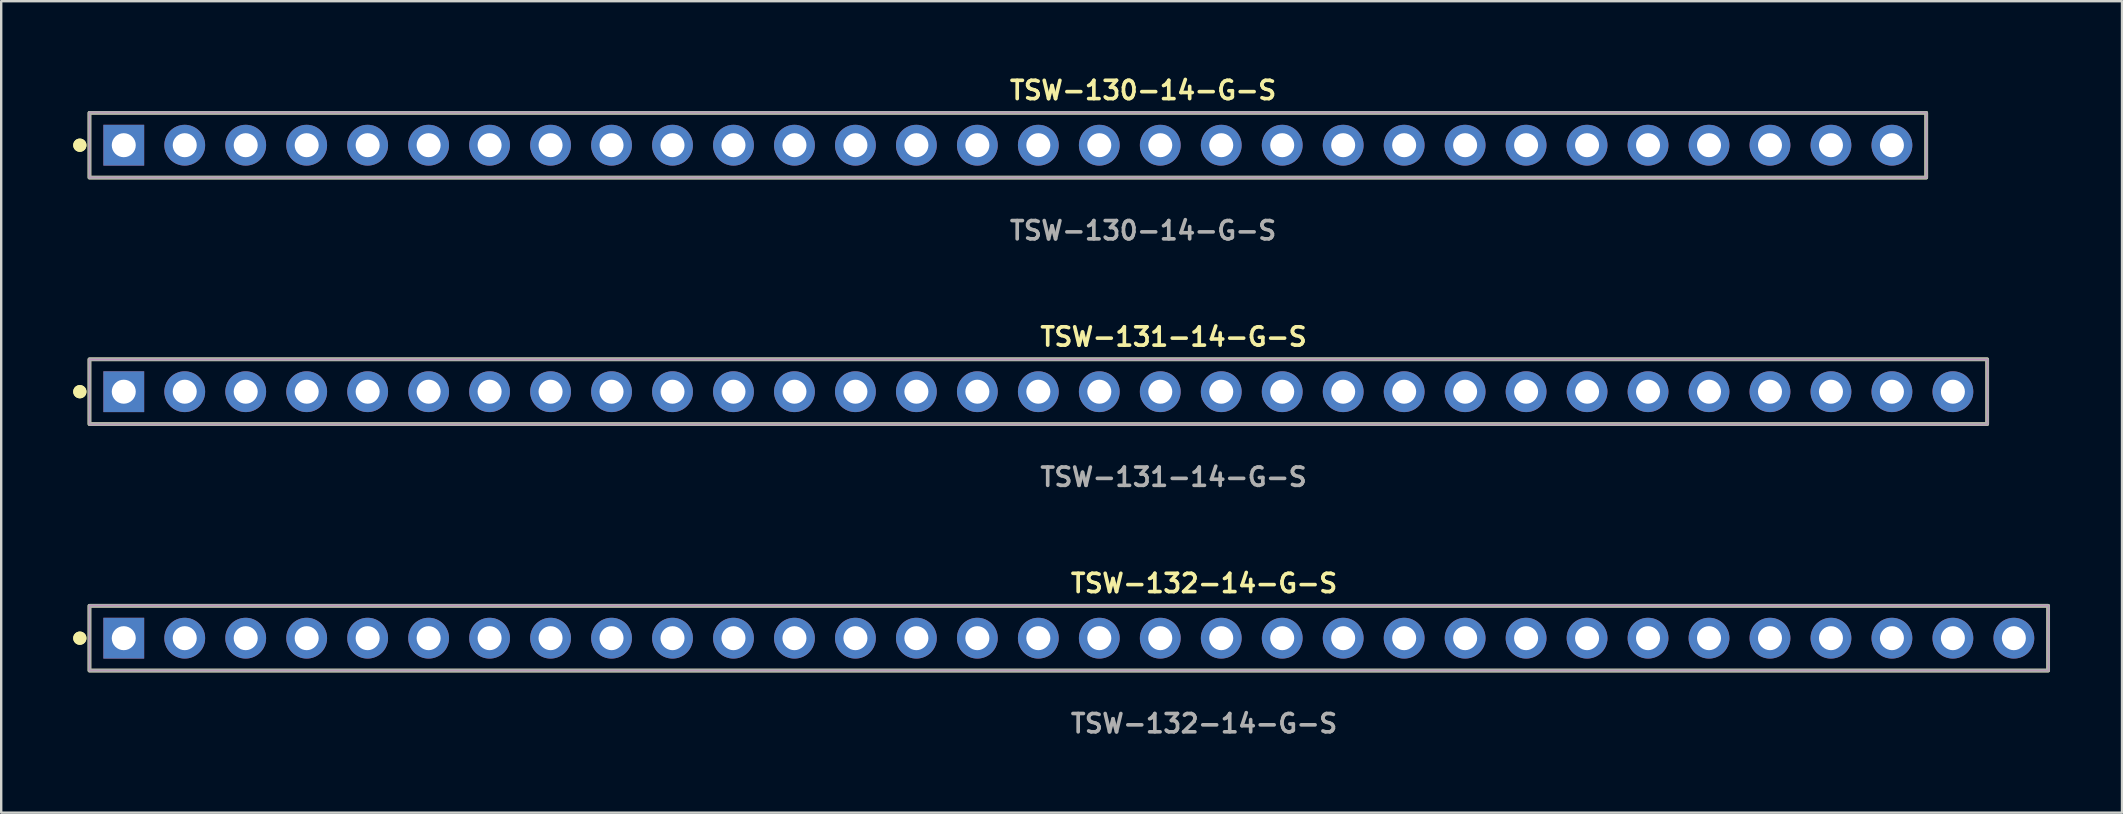
<source format=kicad_pcb>
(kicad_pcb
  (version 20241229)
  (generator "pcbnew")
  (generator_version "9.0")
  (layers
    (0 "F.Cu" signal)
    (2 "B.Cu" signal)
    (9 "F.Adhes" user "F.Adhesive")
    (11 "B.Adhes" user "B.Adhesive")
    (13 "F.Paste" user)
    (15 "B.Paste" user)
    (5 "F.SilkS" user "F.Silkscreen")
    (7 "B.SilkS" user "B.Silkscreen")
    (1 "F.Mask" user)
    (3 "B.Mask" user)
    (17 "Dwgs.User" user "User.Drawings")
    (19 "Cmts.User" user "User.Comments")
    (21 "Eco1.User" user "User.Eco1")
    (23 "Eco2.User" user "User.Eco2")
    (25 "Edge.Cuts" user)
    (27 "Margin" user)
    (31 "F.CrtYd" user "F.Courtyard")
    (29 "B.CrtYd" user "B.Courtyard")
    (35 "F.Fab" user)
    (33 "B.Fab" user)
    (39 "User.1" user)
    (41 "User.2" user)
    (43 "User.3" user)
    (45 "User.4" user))
  (footprint "TSW-131-14-G-S"
    (layer "F.Cu")
    (at 40.206 13.268)
    (property "Reference" "TSW-131-14-G-S" (at 0 -2.286 0) (unlocked yes) (layer "F.SilkS") (effects (font (size 0.762 0.762) (thickness 0.152)) (justify left)))
    (fp_rect (start -39.53 1.35) (end 39.53 -1.35) (stroke (width 0.152) (type solid)) (fill no) (layer "F.SilkS"))
    (fp_circle (center -39.93 0) (end -40.13 0) (stroke (width 0.152) (type solid)) (fill yes) (layer "F.SilkS"))
    (fp_circle (center -39.93 0) (end -40.13 0) (stroke (width 0.152) (type solid)) (fill yes) (layer "F.SilkS"))
    (fp_rect (start -39.53 1.35) (end 39.53 -1.35) (stroke (width 0.006) (type solid)) (fill no) (layer "F.CrtYd"))
    (fp_rect (start -39.53 1.35) (end 39.53 -1.35) (stroke (width 0.152) (type solid)) (fill no) (layer "F.Fab"))
    (fp_text user "${REFERENCE}" (at 0 3.556 0) (unlocked yes) (layer "F.Fab") (effects (font (size 0.762 0.762) (thickness 0.152)) (justify left)))
    (pad "1" thru_hole rect (at -38.1 0) (size 1.7 1.7) (drill 1) (layers "*.Cu" "*.Mask"))
    (pad "2" thru_hole circle (at -35.56 0) (size 1.7 1.7) (drill 1) (layers "*.Cu" "*.Mask"))
    (pad "3" thru_hole circle (at -33.02 0) (size 1.7 1.7) (drill 1) (layers "*.Cu" "*.Mask"))
    (pad "4" thru_hole circle (at -30.48 0) (size 1.7 1.7) (drill 1) (layers "*.Cu" "*.Mask"))
    (pad "5" thru_hole circle (at -27.94 0) (size 1.7 1.7) (drill 1) (layers "*.Cu" "*.Mask"))
    (pad "6" thru_hole circle (at -25.4 0) (size 1.7 1.7) (drill 1) (layers "*.Cu" "*.Mask"))
    (pad "7" thru_hole circle (at -22.86 0) (size 1.7 1.7) (drill 1) (layers "*.Cu" "*.Mask"))
    (pad "8" thru_hole circle (at -20.32 0) (size 1.7 1.7) (drill 1) (layers "*.Cu" "*.Mask"))
    (pad "9" thru_hole circle (at -17.78 0) (size 1.7 1.7) (drill 1) (layers "*.Cu" "*.Mask"))
    (pad "10" thru_hole circle (at -15.24 0) (size 1.7 1.7) (drill 1) (layers "*.Cu" "*.Mask"))
    (pad "11" thru_hole circle (at -12.7 0) (size 1.7 1.7) (drill 1) (layers "*.Cu" "*.Mask"))
    (pad "12" thru_hole circle (at -10.16 0) (size 1.7 1.7) (drill 1) (layers "*.Cu" "*.Mask"))
    (pad "13" thru_hole circle (at -7.62 0) (size 1.7 1.7) (drill 1) (layers "*.Cu" "*.Mask"))
    (pad "14" thru_hole circle (at -5.08 0) (size 1.7 1.7) (drill 1) (layers "*.Cu" "*.Mask"))
    (pad "15" thru_hole circle (at -2.54 0) (size 1.7 1.7) (drill 1) (layers "*.Cu" "*.Mask"))
    (pad "16" thru_hole circle (at 0 0) (size 1.7 1.7) (drill 1) (layers "*.Cu" "*.Mask"))
    (pad "17" thru_hole circle (at 2.54 0) (size 1.7 1.7) (drill 1) (layers "*.Cu" "*.Mask"))
    (pad "18" thru_hole circle (at 5.08 0) (size 1.7 1.7) (drill 1) (layers "*.Cu" "*.Mask"))
    (pad "19" thru_hole circle (at 7.62 0) (size 1.7 1.7) (drill 1) (layers "*.Cu" "*.Mask"))
    (pad "20" thru_hole circle (at 10.16 0) (size 1.7 1.7) (drill 1) (layers "*.Cu" "*.Mask"))
    (pad "21" thru_hole circle (at 12.7 0) (size 1.7 1.7) (drill 1) (layers "*.Cu" "*.Mask"))
    (pad "22" thru_hole circle (at 15.24 0) (size 1.7 1.7) (drill 1) (layers "*.Cu" "*.Mask"))
    (pad "23" thru_hole circle (at 17.78 0) (size 1.7 1.7) (drill 1) (layers "*.Cu" "*.Mask"))
    (pad "24" thru_hole circle (at 20.32 0) (size 1.7 1.7) (drill 1) (layers "*.Cu" "*.Mask"))
    (pad "25" thru_hole circle (at 22.86 0) (size 1.7 1.7) (drill 1) (layers "*.Cu" "*.Mask"))
    (pad "26" thru_hole circle (at 25.4 0) (size 1.7 1.7) (drill 1) (layers "*.Cu" "*.Mask"))
    (pad "27" thru_hole circle (at 27.94 0) (size 1.7 1.7) (drill 1) (layers "*.Cu" "*.Mask"))
    (pad "28" thru_hole circle (at 30.48 0) (size 1.7 1.7) (drill 1) (layers "*.Cu" "*.Mask"))
    (pad "29" thru_hole circle (at 33.02 0) (size 1.7 1.7) (drill 1) (layers "*.Cu" "*.Mask"))
    (pad "30" thru_hole circle (at 35.56 0) (size 1.7 1.7) (drill 1) (layers "*.Cu" "*.Mask"))
    (pad "31" thru_hole circle (at 38.1 0) (size 1.7 1.7) (drill 1) (layers "*.Cu" "*.Mask")))
  (footprint "TSW-132-14-G-S"
    (layer "F.Cu")
    (at 41.476 23.536)
    (property "Reference" "TSW-132-14-G-S" (at 0 -2.286 0) (unlocked yes) (layer "F.SilkS") (effects (font (size 0.762 0.762) (thickness 0.152)) (justify left)))
    (fp_rect (start -40.8 1.35) (end 40.8 -1.35) (stroke (width 0.152) (type solid)) (fill no) (layer "F.SilkS"))
    (fp_circle (center -41.2 0) (end -41.4 0) (stroke (width 0.152) (type solid)) (fill yes) (layer "F.SilkS"))
    (fp_circle (center -41.2 0) (end -41.4 0) (stroke (width 0.152) (type solid)) (fill yes) (layer "F.SilkS"))
    (fp_rect (start -40.8 1.35) (end 40.8 -1.35) (stroke (width 0.006) (type solid)) (fill no) (layer "F.CrtYd"))
    (fp_rect (start -40.8 1.35) (end 40.8 -1.35) (stroke (width 0.152) (type solid)) (fill no) (layer "F.Fab"))
    (fp_text user "${REFERENCE}" (at 0 3.556 0) (unlocked yes) (layer "F.Fab") (effects (font (size 0.762 0.762) (thickness 0.152)) (justify left)))
    (pad "1" thru_hole rect (at -39.37 0) (size 1.7 1.7) (drill 1) (layers "*.Cu" "*.Mask"))
    (pad "2" thru_hole circle (at -36.83 0) (size 1.7 1.7) (drill 1) (layers "*.Cu" "*.Mask"))
    (pad "3" thru_hole circle (at -34.29 0) (size 1.7 1.7) (drill 1) (layers "*.Cu" "*.Mask"))
    (pad "4" thru_hole circle (at -31.75 0) (size 1.7 1.7) (drill 1) (layers "*.Cu" "*.Mask"))
    (pad "5" thru_hole circle (at -29.21 0) (size 1.7 1.7) (drill 1) (layers "*.Cu" "*.Mask"))
    (pad "6" thru_hole circle (at -26.67 0) (size 1.7 1.7) (drill 1) (layers "*.Cu" "*.Mask"))
    (pad "7" thru_hole circle (at -24.13 0) (size 1.7 1.7) (drill 1) (layers "*.Cu" "*.Mask"))
    (pad "8" thru_hole circle (at -21.59 0) (size 1.7 1.7) (drill 1) (layers "*.Cu" "*.Mask"))
    (pad "9" thru_hole circle (at -19.05 0) (size 1.7 1.7) (drill 1) (layers "*.Cu" "*.Mask"))
    (pad "10" thru_hole circle (at -16.51 0) (size 1.7 1.7) (drill 1) (layers "*.Cu" "*.Mask"))
    (pad "11" thru_hole circle (at -13.97 0) (size 1.7 1.7) (drill 1) (layers "*.Cu" "*.Mask"))
    (pad "12" thru_hole circle (at -11.43 0) (size 1.7 1.7) (drill 1) (layers "*.Cu" "*.Mask"))
    (pad "13" thru_hole circle (at -8.89 0) (size 1.7 1.7) (drill 1) (layers "*.Cu" "*.Mask"))
    (pad "14" thru_hole circle (at -6.35 0) (size 1.7 1.7) (drill 1) (layers "*.Cu" "*.Mask"))
    (pad "15" thru_hole circle (at -3.81 0) (size 1.7 1.7) (drill 1) (layers "*.Cu" "*.Mask"))
    (pad "16" thru_hole circle (at -1.27 0) (size 1.7 1.7) (drill 1) (layers "*.Cu" "*.Mask"))
    (pad "17" thru_hole circle (at 1.27 0) (size 1.7 1.7) (drill 1) (layers "*.Cu" "*.Mask"))
    (pad "18" thru_hole circle (at 3.81 0) (size 1.7 1.7) (drill 1) (layers "*.Cu" "*.Mask"))
    (pad "19" thru_hole circle (at 6.35 0) (size 1.7 1.7) (drill 1) (layers "*.Cu" "*.Mask"))
    (pad "20" thru_hole circle (at 8.89 0) (size 1.7 1.7) (drill 1) (layers "*.Cu" "*.Mask"))
    (pad "21" thru_hole circle (at 11.43 0) (size 1.7 1.7) (drill 1) (layers "*.Cu" "*.Mask"))
    (pad "22" thru_hole circle (at 13.97 0) (size 1.7 1.7) (drill 1) (layers "*.Cu" "*.Mask"))
    (pad "23" thru_hole circle (at 16.51 0) (size 1.7 1.7) (drill 1) (layers "*.Cu" "*.Mask"))
    (pad "24" thru_hole circle (at 19.05 0) (size 1.7 1.7) (drill 1) (layers "*.Cu" "*.Mask"))
    (pad "25" thru_hole circle (at 21.59 0) (size 1.7 1.7) (drill 1) (layers "*.Cu" "*.Mask"))
    (pad "26" thru_hole circle (at 24.13 0) (size 1.7 1.7) (drill 1) (layers "*.Cu" "*.Mask"))
    (pad "27" thru_hole circle (at 26.67 0) (size 1.7 1.7) (drill 1) (layers "*.Cu" "*.Mask"))
    (pad "28" thru_hole circle (at 29.21 0) (size 1.7 1.7) (drill 1) (layers "*.Cu" "*.Mask"))
    (pad "29" thru_hole circle (at 31.75 0) (size 1.7 1.7) (drill 1) (layers "*.Cu" "*.Mask"))
    (pad "30" thru_hole circle (at 34.29 0) (size 1.7 1.7) (drill 1) (layers "*.Cu" "*.Mask"))
    (pad "31" thru_hole circle (at 36.83 0) (size 1.7 1.7) (drill 1) (layers "*.Cu" "*.Mask"))
    (pad "32" thru_hole circle (at 39.37 0) (size 1.7 1.7) (drill 1) (layers "*.Cu" "*.Mask")))
  (footprint "TSW-130-14-G-S"
    (layer "F.Cu")
    (at 38.936 2.999)
    (property "Reference" "TSW-130-14-G-S" (at 0 -2.286 0) (unlocked yes) (layer "F.SilkS") (effects (font (size 0.762 0.762) (thickness 0.152)) (justify left)))
    (fp_rect (start -38.26 1.35) (end 38.26 -1.35) (stroke (width 0.152) (type solid)) (fill no) (layer "F.SilkS"))
    (fp_circle (center -38.66 0) (end -38.86 0) (stroke (width 0.152) (type solid)) (fill yes) (layer "F.SilkS"))
    (fp_circle (center -38.66 0) (end -38.86 0) (stroke (width 0.152) (type solid)) (fill yes) (layer "F.SilkS"))
    (fp_rect (start -38.26 1.35) (end 38.26 -1.35) (stroke (width 0.006) (type solid)) (fill no) (layer "F.CrtYd"))
    (fp_rect (start -38.26 1.35) (end 38.26 -1.35) (stroke (width 0.152) (type solid)) (fill no) (layer "F.Fab"))
    (fp_text user "${REFERENCE}" (at 0 3.556 0) (unlocked yes) (layer "F.Fab") (effects (font (size 0.762 0.762) (thickness 0.152)) (justify left)))
    (pad "1" thru_hole rect (at -36.83 0) (size 1.7 1.7) (drill 1) (layers "*.Cu" "*.Mask"))
    (pad "2" thru_hole circle (at -34.29 0) (size 1.7 1.7) (drill 1) (layers "*.Cu" "*.Mask"))
    (pad "3" thru_hole circle (at -31.75 0) (size 1.7 1.7) (drill 1) (layers "*.Cu" "*.Mask"))
    (pad "4" thru_hole circle (at -29.21 0) (size 1.7 1.7) (drill 1) (layers "*.Cu" "*.Mask"))
    (pad "5" thru_hole circle (at -26.67 0) (size 1.7 1.7) (drill 1) (layers "*.Cu" "*.Mask"))
    (pad "6" thru_hole circle (at -24.13 0) (size 1.7 1.7) (drill 1) (layers "*.Cu" "*.Mask"))
    (pad "7" thru_hole circle (at -21.59 0) (size 1.7 1.7) (drill 1) (layers "*.Cu" "*.Mask"))
    (pad "8" thru_hole circle (at -19.05 0) (size 1.7 1.7) (drill 1) (layers "*.Cu" "*.Mask"))
    (pad "9" thru_hole circle (at -16.51 0) (size 1.7 1.7) (drill 1) (layers "*.Cu" "*.Mask"))
    (pad "10" thru_hole circle (at -13.97 0) (size 1.7 1.7) (drill 1) (layers "*.Cu" "*.Mask"))
    (pad "11" thru_hole circle (at -11.43 0) (size 1.7 1.7) (drill 1) (layers "*.Cu" "*.Mask"))
    (pad "12" thru_hole circle (at -8.89 0) (size 1.7 1.7) (drill 1) (layers "*.Cu" "*.Mask"))
    (pad "13" thru_hole circle (at -6.35 0) (size 1.7 1.7) (drill 1) (layers "*.Cu" "*.Mask"))
    (pad "14" thru_hole circle (at -3.81 0) (size 1.7 1.7) (drill 1) (layers "*.Cu" "*.Mask"))
    (pad "15" thru_hole circle (at -1.27 0) (size 1.7 1.7) (drill 1) (layers "*.Cu" "*.Mask"))
    (pad "16" thru_hole circle (at 1.27 0) (size 1.7 1.7) (drill 1) (layers "*.Cu" "*.Mask"))
    (pad "17" thru_hole circle (at 3.81 0) (size 1.7 1.7) (drill 1) (layers "*.Cu" "*.Mask"))
    (pad "18" thru_hole circle (at 6.35 0) (size 1.7 1.7) (drill 1) (layers "*.Cu" "*.Mask"))
    (pad "19" thru_hole circle (at 8.89 0) (size 1.7 1.7) (drill 1) (layers "*.Cu" "*.Mask"))
    (pad "20" thru_hole circle (at 11.43 0) (size 1.7 1.7) (drill 1) (layers "*.Cu" "*.Mask"))
    (pad "21" thru_hole circle (at 13.97 0) (size 1.7 1.7) (drill 1) (layers "*.Cu" "*.Mask"))
    (pad "22" thru_hole circle (at 16.51 0) (size 1.7 1.7) (drill 1) (layers "*.Cu" "*.Mask"))
    (pad "23" thru_hole circle (at 19.05 0) (size 1.7 1.7) (drill 1) (layers "*.Cu" "*.Mask"))
    (pad "24" thru_hole circle (at 21.59 0) (size 1.7 1.7) (drill 1) (layers "*.Cu" "*.Mask"))
    (pad "25" thru_hole circle (at 24.13 0) (size 1.7 1.7) (drill 1) (layers "*.Cu" "*.Mask"))
    (pad "26" thru_hole circle (at 26.67 0) (size 1.7 1.7) (drill 1) (layers "*.Cu" "*.Mask"))
    (pad "27" thru_hole circle (at 29.21 0) (size 1.7 1.7) (drill 1) (layers "*.Cu" "*.Mask"))
    (pad "28" thru_hole circle (at 31.75 0) (size 1.7 1.7) (drill 1) (layers "*.Cu" "*.Mask"))
    (pad "29" thru_hole circle (at 34.29 0) (size 1.7 1.7) (drill 1) (layers "*.Cu" "*.Mask"))
    (pad "30" thru_hole circle (at 36.83 0) (size 1.7 1.7) (drill 1) (layers "*.Cu" "*.Mask")))
  (gr_rect
    (start -3 -3)
    (end 85.352 30.805)
    (stroke (width 0.1) (type default))
    (fill no)
    (layer "Edge.Cuts")))
</source>
